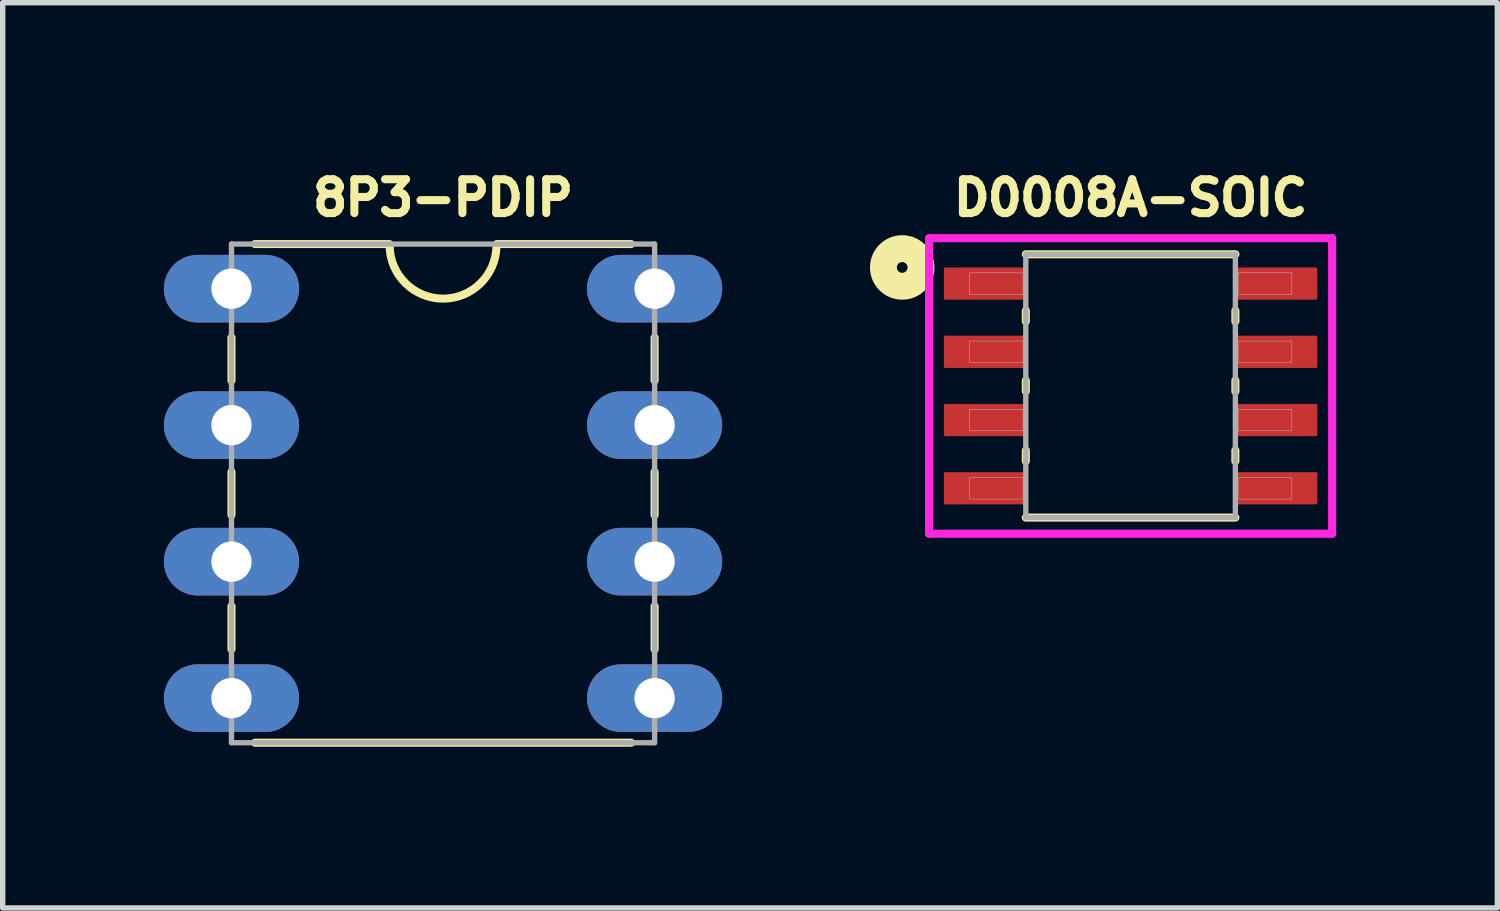
<source format=kicad_pcb>
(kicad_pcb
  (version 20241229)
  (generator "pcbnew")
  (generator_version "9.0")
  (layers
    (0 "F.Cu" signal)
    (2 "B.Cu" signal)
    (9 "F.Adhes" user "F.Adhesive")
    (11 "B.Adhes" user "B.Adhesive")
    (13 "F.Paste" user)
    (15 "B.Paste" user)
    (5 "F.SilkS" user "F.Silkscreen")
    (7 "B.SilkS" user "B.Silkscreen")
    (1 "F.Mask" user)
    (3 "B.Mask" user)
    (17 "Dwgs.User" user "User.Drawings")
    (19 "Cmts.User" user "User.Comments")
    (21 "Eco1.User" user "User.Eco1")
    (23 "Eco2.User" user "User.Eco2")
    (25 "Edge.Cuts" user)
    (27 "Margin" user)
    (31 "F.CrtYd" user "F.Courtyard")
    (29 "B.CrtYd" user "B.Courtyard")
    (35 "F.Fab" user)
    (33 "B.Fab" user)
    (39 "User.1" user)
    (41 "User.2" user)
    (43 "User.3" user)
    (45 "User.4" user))
  (footprint "D0008A-SOIC"
    (layer "F.Cu")
    (at 17.99 4.132)
    (property "Reference" "D0008A-SOIC" (at 0 -3.5 0) (layer "F.SilkS") (effects (font (size 0.63 0.63) (thickness 0.15))))
    (attr smd)
    (fp_line (start -1.95 -1.4) (end -1.95 -1.2) (stroke (width 0.15) (type solid)) (layer "F.SilkS"))
    (fp_line (start -1.95 -0.1) (end -1.95 0.1) (stroke (width 0.15) (type solid)) (layer "F.SilkS"))
    (fp_line (start -1.95 1.2) (end -1.95 1.4) (stroke (width 0.15) (type solid)) (layer "F.SilkS"))
    (fp_line (start -1.95 2.45) (end 1.95 2.45) (stroke (width 0.15) (type solid)) (layer "F.SilkS"))
    (fp_line (start 1.95 -2.45) (end -1.95 -2.45) (stroke (width 0.15) (type solid)) (layer "F.SilkS"))
    (fp_line (start 1.95 -1.2) (end 1.95 -1.4) (stroke (width 0.15) (type solid)) (layer "F.SilkS"))
    (fp_line (start 1.95 0.1) (end 1.95 -0.1) (stroke (width 0.15) (type solid)) (layer "F.SilkS"))
    (fp_line (start 1.95 1.4) (end 1.95 1.2) (stroke (width 0.15) (type solid)) (layer "F.SilkS"))
    (fp_circle (center -4.25 -2.205) (end -4.15 -2.205) (stroke (width 0.5) (type solid)) (fill no) (layer "F.SilkS"))
    (fp_line (start -3.75 -2.75) (end -3.75 2.75) (stroke (width 0.15) (type solid)) (layer "F.CrtYd"))
    (fp_line (start -3.75 2.75) (end 3.75 2.75) (stroke (width 0.15) (type solid)) (layer "F.CrtYd"))
    (fp_line (start 3.75 -2.75) (end -3.75 -2.75) (stroke (width 0.15) (type solid)) (layer "F.CrtYd"))
    (fp_line (start 3.75 2.75) (end 3.75 -2.75) (stroke (width 0.15) (type solid)) (layer "F.CrtYd"))
    (fp_line (start -1.95 -2.45) (end -1.95 2.45) (stroke (width 0.1) (type solid)) (layer "F.Fab"))
    (fp_line (start -1.95 2.45) (end 1.95 2.45) (stroke (width 0.1) (type solid)) (layer "F.Fab"))
    (fp_line (start 1.95 -2.45) (end -1.95 -2.45) (stroke (width 0.1) (type solid)) (layer "F.Fab"))
    (fp_line (start 1.95 2.45) (end 1.95 -2.45) (stroke (width 0.1) (type solid)) (layer "F.Fab"))
    (fp_poly (pts (xy -3 -2.105) (xy -2 -2.105) (xy -2 -1.705) (xy -3 -1.705)) (stroke (width 0.01) (type solid)) (fill no) (layer "F.Fab"))
    (fp_poly (pts (xy -3 -0.835) (xy -2 -0.835) (xy -2 -0.435) (xy -3 -0.435)) (stroke (width 0.01) (type solid)) (fill no) (layer "F.Fab"))
    (fp_poly (pts (xy -3 0.435) (xy -2 0.435) (xy -2 0.835) (xy -3 0.835)) (stroke (width 0.01) (type solid)) (fill no) (layer "F.Fab"))
    (fp_poly (pts (xy -3 1.705) (xy -2 1.705) (xy -2 2.105) (xy -3 2.105)) (stroke (width 0.01) (type solid)) (fill no) (layer "F.Fab"))
    (fp_poly (pts (xy 2 -2.105) (xy 3 -2.105) (xy 3 -1.705) (xy 2 -1.705)) (stroke (width 0.01) (type solid)) (fill no) (layer "F.Fab"))
    (fp_poly (pts (xy 2 -0.835) (xy 3 -0.835) (xy 3 -0.435) (xy 2 -0.435)) (stroke (width 0.01) (type solid)) (fill no) (layer "F.Fab"))
    (fp_poly (pts (xy 2 0.435) (xy 3 0.435) (xy 3 0.835) (xy 2 0.835)) (stroke (width 0.01) (type solid)) (fill no) (layer "F.Fab"))
    (fp_poly (pts (xy 2 1.705) (xy 3 1.705) (xy 3 2.105) (xy 2 2.105)) (stroke (width 0.01) (type solid)) (fill no) (layer "F.Fab"))
    (pad "1" smd roundrect (at -2.7 -1.905) (size 1.55 0.6) (layers "F.Cu" "F.Mask" "F.Paste") (roundrect_rratio 0.04))
    (pad "2" smd roundrect (at -2.7 -0.635) (size 1.55 0.6) (layers "F.Cu" "F.Mask" "F.Paste") (roundrect_rratio 0.04))
    (pad "3" smd roundrect (at -2.7 0.635) (size 1.55 0.6) (layers "F.Cu" "F.Mask" "F.Paste") (roundrect_rratio 0.04))
    (pad "4" smd roundrect (at -2.7 1.905) (size 1.55 0.6) (layers "F.Cu" "F.Mask" "F.Paste") (roundrect_rratio 0.04))
    (pad "5" smd roundrect (at 2.7 1.905) (size 1.55 0.6) (layers "F.Cu" "F.Mask" "F.Paste") (roundrect_rratio 0.04))
    (pad "6" smd roundrect (at 2.7 0.635) (size 1.55 0.6) (layers "F.Cu" "F.Mask" "F.Paste") (roundrect_rratio 0.04))
    (pad "7" smd roundrect (at 2.7 -0.635) (size 1.55 0.6) (layers "F.Cu" "F.Mask" "F.Paste") (roundrect_rratio 0.04))
    (pad "8" smd roundrect (at 2.7 -1.905) (size 1.55 0.6) (layers "F.Cu" "F.Mask" "F.Paste") (roundrect_rratio 0.04)))
  (footprint "8P3-PDIP"
    (layer "F.Cu")
    (at 5.195 6.132)
    (property "Reference" "8P3-PDIP" (at 0 -5.5 0) (layer "F.SilkS") (effects (font (size 0.63 0.63) (thickness 0.15))))
    (attr through_hole)
    (fp_line (start -3.937 -2.9) (end -3.937 -2.1) (stroke (width 0.15) (type solid)) (layer "F.SilkS"))
    (fp_line (start -3.937 -0.4) (end -3.937 0.4) (stroke (width 0.15) (type solid)) (layer "F.SilkS"))
    (fp_line (start -3.937 2.1) (end -3.937 2.9) (stroke (width 0.15) (type solid)) (layer "F.SilkS"))
    (fp_line (start -3.5 4.64) (end 3.5 4.64) (stroke (width 0.15) (type solid)) (layer "F.SilkS"))
    (fp_line (start -1 -4.64) (end -3.5 -4.64) (stroke (width 0.15) (type solid)) (layer "F.SilkS"))
    (fp_line (start 3.5 -4.64) (end 1 -4.64) (stroke (width 0.15) (type solid)) (layer "F.SilkS"))
    (fp_line (start 3.937 -2.1) (end 3.937 -2.9) (stroke (width 0.15) (type solid)) (layer "F.SilkS"))
    (fp_line (start 3.937 0.4) (end 3.937 -0.4) (stroke (width 0.15) (type solid)) (layer "F.SilkS"))
    (fp_line (start 3.937 2.9) (end 3.937 2.1) (stroke (width 0.15) (type solid)) (layer "F.SilkS"))
    (fp_arc (start 0.994231 -4.60726) (mid -0.00122 -3.614549) (end -0.993931 -4.61) (stroke (width 0.15) (type solid)) (layer "F.SilkS"))
    (fp_line (start -3.937 -4.64) (end -3.937 4.64) (stroke (width 0.1) (type solid)) (layer "F.Fab"))
    (fp_line (start -3.937 4.64) (end 3.937 4.64) (stroke (width 0.1) (type solid)) (layer "F.Fab"))
    (fp_line (start 3.937 -4.64) (end -3.937 -4.64) (stroke (width 0.1) (type solid)) (layer "F.Fab"))
    (fp_line (start 3.937 4.64) (end 3.937 -4.64) (stroke (width 0.1) (type solid)) (layer "F.Fab"))
    (fp_poly (pts (xy -4.074 -4.04) (xy -3.82 -4.04) (xy -3.82 -3.58) (xy -4.074 -3.58)) (stroke (width 0.01) (type solid)) (fill no) (layer "F.Fab"))
    (fp_poly (pts (xy -4.074 -1.5) (xy -3.82 -1.5) (xy -3.82 -1.04) (xy -4.074 -1.04)) (stroke (width 0.01) (type solid)) (fill no) (layer "F.Fab"))
    (fp_poly (pts (xy -4.074 1.04) (xy -3.82 1.04) (xy -3.82 1.5) (xy -4.074 1.5)) (stroke (width 0.01) (type solid)) (fill no) (layer "F.Fab"))
    (fp_poly (pts (xy -4.074 3.58) (xy -3.82 3.58) (xy -3.82 4.04) (xy -4.074 4.04)) (stroke (width 0.01) (type solid)) (fill no) (layer "F.Fab"))
    (fp_poly (pts (xy 3.82 -4.04) (xy 4.074 -4.04) (xy 4.074 -3.58) (xy 3.82 -3.58)) (stroke (width 0.01) (type solid)) (fill no) (layer "F.Fab"))
    (fp_poly (pts (xy 3.82 -1.5) (xy 4.074 -1.5) (xy 4.074 -1.04) (xy 3.82 -1.04)) (stroke (width 0.01) (type solid)) (fill no) (layer "F.Fab"))
    (fp_poly (pts (xy 3.82 1.04) (xy 4.074 1.04) (xy 4.074 1.5) (xy 3.82 1.5)) (stroke (width 0.01) (type solid)) (fill no) (layer "F.Fab"))
    (fp_poly (pts (xy 3.82 3.58) (xy 4.074 3.58) (xy 4.074 4.04) (xy 3.82 4.04)) (stroke (width 0.01) (type solid)) (fill no) (layer "F.Fab"))
    (pad "1" thru_hole oval (at -3.937 -3.81) (size 2.516 1.258) (drill 0.75) (layers "*.Cu" "*.Mask"))
    (pad "2" thru_hole oval (at -3.937 -1.27) (size 2.516 1.258) (drill 0.75) (layers "*.Cu" "*.Mask"))
    (pad "3" thru_hole oval (at -3.937 1.27) (size 2.516 1.258) (drill 0.75) (layers "*.Cu" "*.Mask"))
    (pad "4" thru_hole oval (at -3.937 3.81) (size 2.516 1.258) (drill 0.75) (layers "*.Cu" "*.Mask"))
    (pad "5" thru_hole oval (at 3.937 3.81) (size 2.516 1.258) (drill 0.75) (layers "*.Cu" "*.Mask"))
    (pad "6" thru_hole oval (at 3.937 1.27) (size 2.516 1.258) (drill 0.75) (layers "*.Cu" "*.Mask"))
    (pad "7" thru_hole oval (at 3.937 -1.27) (size 2.516 1.258) (drill 0.75) (layers "*.Cu" "*.Mask"))
    (pad "8" thru_hole oval (at 3.937 -3.81) (size 2.516 1.258) (drill 0.75) (layers "*.Cu" "*.Mask")))
  (gr_rect
    (start -3 -3)
    (end 24.815 13.847)
    (stroke (width 0.1) (type default))
    (fill no)
    (layer "Edge.Cuts")))
</source>
